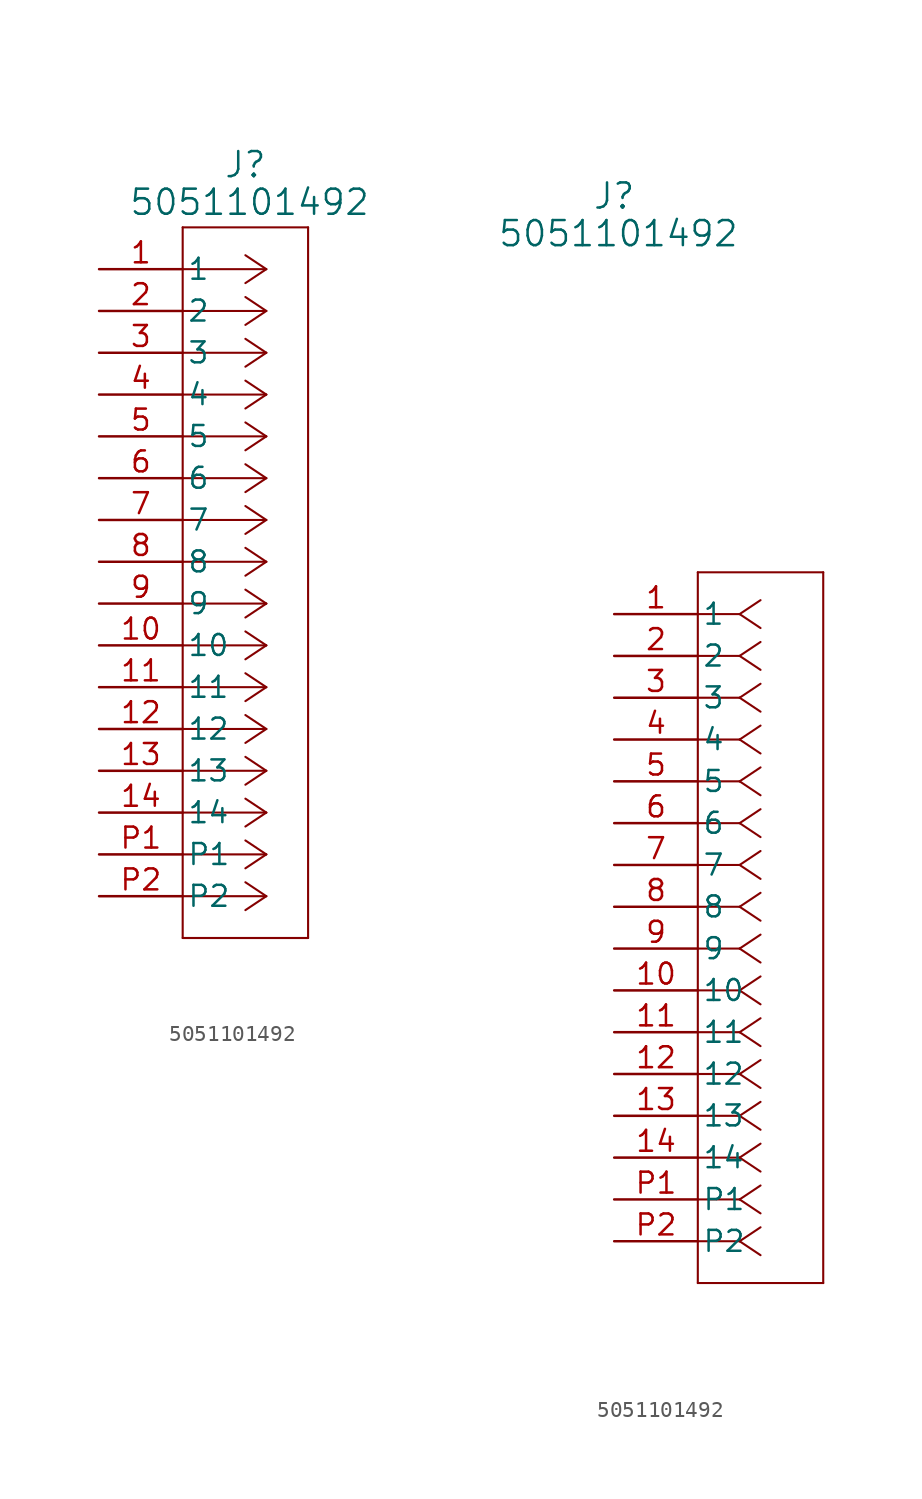
<source format=kicad_sym>
(kicad_symbol_lib
  (version 20241209)
  (generator "kicad_symbol_editor")
  (generator_version "9.0")
  (symbol "5051101492"
    (pin_names
      (offset 0.254))
    (property "Reference" "J"
      (at 0 25.4 0)
      (effects (font (size 1.524 1.524))))
    (property "Value" "5051101492"
      (at 0.254 23.114 0)
      (effects (font (size 1.524 1.524))))
    (symbol "5051101492_1_1"
      (polyline (pts (xy -3.81 21.59) (xy -3.81 -21.59)) (stroke (width 0.127) (type default)) (fill (type none)))
      (polyline (pts (xy -3.81 -21.59) (xy 3.81 -21.59)) (stroke (width 0.127) (type default)) (fill (type none)))
      (polyline (pts (xy 1.27 19.05) (xy -3.81 19.05)) (stroke (width 0.127) (type default)) (fill (type none)))
      (polyline (pts (xy 1.27 19.05) (xy 0 19.897)) (stroke (width 0.127) (type default)) (fill (type none)))
      (polyline (pts (xy 1.27 19.05) (xy 0 18.203)) (stroke (width 0.127) (type default)) (fill (type none)))
      (polyline (pts (xy 1.27 16.51) (xy -3.81 16.51)) (stroke (width 0.127) (type default)) (fill (type none)))
      (polyline (pts (xy 1.27 16.51) (xy 0 17.357)) (stroke (width 0.127) (type default)) (fill (type none)))
      (polyline (pts (xy 1.27 16.51) (xy 0 15.663)) (stroke (width 0.127) (type default)) (fill (type none)))
      (polyline (pts (xy 1.27 13.97) (xy -3.81 13.97)) (stroke (width 0.127) (type default)) (fill (type none)))
      (polyline (pts (xy 1.27 13.97) (xy 0 14.817)) (stroke (width 0.127) (type default)) (fill (type none)))
      (polyline (pts (xy 1.27 13.97) (xy 0 13.123)) (stroke (width 0.127) (type default)) (fill (type none)))
      (polyline (pts (xy 1.27 11.43) (xy -3.81 11.43)) (stroke (width 0.127) (type default)) (fill (type none)))
      (polyline (pts (xy 1.27 11.43) (xy 0 12.277)) (stroke (width 0.127) (type default)) (fill (type none)))
      (polyline (pts (xy 1.27 11.43) (xy 0 10.583)) (stroke (width 0.127) (type default)) (fill (type none)))
      (polyline (pts (xy 1.27 8.89) (xy -3.81 8.89)) (stroke (width 0.127) (type default)) (fill (type none)))
      (polyline (pts (xy 1.27 8.89) (xy 0 9.737)) (stroke (width 0.127) (type default)) (fill (type none)))
      (polyline (pts (xy 1.27 8.89) (xy 0 8.043)) (stroke (width 0.127) (type default)) (fill (type none)))
      (polyline (pts (xy 1.27 6.35) (xy -3.81 6.35)) (stroke (width 0.127) (type default)) (fill (type none)))
      (polyline (pts (xy 1.27 6.35) (xy 0 7.197)) (stroke (width 0.127) (type default)) (fill (type none)))
      (polyline (pts (xy 1.27 6.35) (xy 0 5.503)) (stroke (width 0.127) (type default)) (fill (type none)))
      (polyline (pts (xy 1.27 3.81) (xy -3.81 3.81)) (stroke (width 0.127) (type default)) (fill (type none)))
      (polyline (pts (xy 1.27 3.81) (xy 0 4.657)) (stroke (width 0.127) (type default)) (fill (type none)))
      (polyline (pts (xy 1.27 3.81) (xy 0 2.963)) (stroke (width 0.127) (type default)) (fill (type none)))
      (polyline (pts (xy 1.27 1.27) (xy -3.81 1.27)) (stroke (width 0.127) (type default)) (fill (type none)))
      (polyline (pts (xy 1.27 1.27) (xy 0 2.117)) (stroke (width 0.127) (type default)) (fill (type none)))
      (polyline (pts (xy 1.27 1.27) (xy 0 0.423)) (stroke (width 0.127) (type default)) (fill (type none)))
      (polyline (pts (xy 1.27 -1.27) (xy -3.81 -1.27)) (stroke (width 0.127) (type default)) (fill (type none)))
      (polyline (pts (xy 1.27 -1.27) (xy 0 -0.423)) (stroke (width 0.127) (type default)) (fill (type none)))
      (polyline (pts (xy 1.27 -1.27) (xy 0 -2.117)) (stroke (width 0.127) (type default)) (fill (type none)))
      (polyline (pts (xy 1.27 -3.81) (xy -3.81 -3.81)) (stroke (width 0.127) (type default)) (fill (type none)))
      (polyline (pts (xy 1.27 -3.81) (xy 0 -2.963)) (stroke (width 0.127) (type default)) (fill (type none)))
      (polyline (pts (xy 1.27 -3.81) (xy 0 -4.657)) (stroke (width 0.127) (type default)) (fill (type none)))
      (polyline (pts (xy 1.27 -6.35) (xy -3.81 -6.35)) (stroke (width 0.127) (type default)) (fill (type none)))
      (polyline (pts (xy 1.27 -6.35) (xy 0 -5.503)) (stroke (width 0.127) (type default)) (fill (type none)))
      (polyline (pts (xy 1.27 -6.35) (xy 0 -7.197)) (stroke (width 0.127) (type default)) (fill (type none)))
      (polyline (pts (xy 1.27 -8.89) (xy -3.81 -8.89)) (stroke (width 0.127) (type default)) (fill (type none)))
      (polyline (pts (xy 1.27 -8.89) (xy 0 -8.043)) (stroke (width 0.127) (type default)) (fill (type none)))
      (polyline (pts (xy 1.27 -8.89) (xy 0 -9.737)) (stroke (width 0.127) (type default)) (fill (type none)))
      (polyline (pts (xy 1.27 -11.43) (xy -3.81 -11.43)) (stroke (width 0.127) (type default)) (fill (type none)))
      (polyline (pts (xy 1.27 -11.43) (xy 0 -10.583)) (stroke (width 0.127) (type default)) (fill (type none)))
      (polyline (pts (xy 1.27 -11.43) (xy 0 -12.277)) (stroke (width 0.127) (type default)) (fill (type none)))
      (polyline (pts (xy 1.27 -13.97) (xy -3.81 -13.97)) (stroke (width 0.127) (type default)) (fill (type none)))
      (polyline (pts (xy 1.27 -13.97) (xy 0 -13.123)) (stroke (width 0.127) (type default)) (fill (type none)))
      (polyline (pts (xy 1.27 -13.97) (xy 0 -14.817)) (stroke (width 0.127) (type default)) (fill (type none)))
      (polyline (pts (xy 1.27 -16.51) (xy -3.81 -16.51)) (stroke (width 0.127) (type default)) (fill (type none)))
      (polyline (pts (xy 1.27 -16.51) (xy 0 -15.663)) (stroke (width 0.127) (type default)) (fill (type none)))
      (polyline (pts (xy 1.27 -16.51) (xy 0 -17.357)) (stroke (width 0.127) (type default)) (fill (type none)))
      (polyline (pts (xy 1.27 -19.05) (xy -3.81 -19.05)) (stroke (width 0.127) (type default)) (fill (type none)))
      (polyline (pts (xy 1.27 -19.05) (xy 0 -18.203)) (stroke (width 0.127) (type default)) (fill (type none)))
      (polyline (pts (xy 1.27 -19.05) (xy 0 -19.897)) (stroke (width 0.127) (type default)) (fill (type none)))
      (polyline (pts (xy 3.81 21.59) (xy -3.81 21.59)) (stroke (width 0.127) (type default)) (fill (type none)))
      (polyline (pts (xy 3.81 -21.59) (xy 3.81 21.59)) (stroke (width 0.127) (type default)) (fill (type none)))
      (pin unspecified line (at -8.89 19.05 0) (length 5.08) (name "1" (effects (font (size 1.27 1.27)))) (number "1" (effects (font (size 1.27 1.27)))))
      (pin unspecified line (at -8.89 16.51 0) (length 5.08) (name "2" (effects (font (size 1.27 1.27)))) (number "2" (effects (font (size 1.27 1.27)))))
      (pin unspecified line (at -8.89 13.97 0) (length 5.08) (name "3" (effects (font (size 1.27 1.27)))) (number "3" (effects (font (size 1.27 1.27)))))
      (pin unspecified line (at -8.89 11.43 0) (length 5.08) (name "4" (effects (font (size 1.27 1.27)))) (number "4" (effects (font (size 1.27 1.27)))))
      (pin unspecified line (at -8.89 8.89 0) (length 5.08) (name "5" (effects (font (size 1.27 1.27)))) (number "5" (effects (font (size 1.27 1.27)))))
      (pin unspecified line (at -8.89 6.35 0) (length 5.08) (name "6" (effects (font (size 1.27 1.27)))) (number "6" (effects (font (size 1.27 1.27)))))
      (pin unspecified line (at -8.89 3.81 0) (length 5.08) (name "7" (effects (font (size 1.27 1.27)))) (number "7" (effects (font (size 1.27 1.27)))))
      (pin unspecified line (at -8.89 1.27 0) (length 5.08) (name "8" (effects (font (size 1.27 1.27)))) (number "8" (effects (font (size 1.27 1.27)))))
      (pin unspecified line (at -8.89 -1.27 0) (length 5.08) (name "9" (effects (font (size 1.27 1.27)))) (number "9" (effects (font (size 1.27 1.27)))))
      (pin unspecified line (at -8.89 -3.81 0) (length 5.08) (name "10" (effects (font (size 1.27 1.27)))) (number "10" (effects (font (size 1.27 1.27)))))
      (pin unspecified line (at -8.89 -6.35 0) (length 5.08) (name "11" (effects (font (size 1.27 1.27)))) (number "11" (effects (font (size 1.27 1.27)))))
      (pin unspecified line (at -8.89 -8.89 0) (length 5.08) (name "12" (effects (font (size 1.27 1.27)))) (number "12" (effects (font (size 1.27 1.27)))))
      (pin unspecified line (at -8.89 -11.43 0) (length 5.08) (name "13" (effects (font (size 1.27 1.27)))) (number "13" (effects (font (size 1.27 1.27)))))
      (pin unspecified line (at -8.89 -13.97 0) (length 5.08) (name "14" (effects (font (size 1.27 1.27)))) (number "14" (effects (font (size 1.27 1.27)))))
      (pin unspecified line (at -8.89 -16.51 0) (length 5.08) (name "P1" (effects (font (size 1.27 1.27)))) (number "P1" (effects (font (size 1.27 1.27)))))
      (pin unspecified line (at -8.89 -19.05 0) (length 5.08) (name "P2" (effects (font (size 1.27 1.27)))) (number "P2" (effects (font (size 1.27 1.27))))))
    (symbol "5051101492_1_2"
      (polyline (pts (xy 5.08 2.54) (xy 5.08 -40.64)) (stroke (width 0.127) (type default)) (fill (type none)))
      (polyline (pts (xy 5.08 -40.64) (xy 12.7 -40.64)) (stroke (width 0.127) (type default)) (fill (type none)))
      (polyline (pts (xy 7.62 0) (xy 5.08 0)) (stroke (width 0.127) (type default)) (fill (type none)))
      (polyline (pts (xy 7.62 0) (xy 8.89 0.847)) (stroke (width 0.127) (type default)) (fill (type none)))
      (polyline (pts (xy 7.62 0) (xy 8.89 -0.847)) (stroke (width 0.127) (type default)) (fill (type none)))
      (polyline (pts (xy 7.62 -2.54) (xy 5.08 -2.54)) (stroke (width 0.127) (type default)) (fill (type none)))
      (polyline (pts (xy 7.62 -2.54) (xy 8.89 -1.693)) (stroke (width 0.127) (type default)) (fill (type none)))
      (polyline (pts (xy 7.62 -2.54) (xy 8.89 -3.387)) (stroke (width 0.127) (type default)) (fill (type none)))
      (polyline (pts (xy 7.62 -5.08) (xy 5.08 -5.08)) (stroke (width 0.127) (type default)) (fill (type none)))
      (polyline (pts (xy 7.62 -5.08) (xy 8.89 -4.233)) (stroke (width 0.127) (type default)) (fill (type none)))
      (polyline (pts (xy 7.62 -5.08) (xy 8.89 -5.927)) (stroke (width 0.127) (type default)) (fill (type none)))
      (polyline (pts (xy 7.62 -7.62) (xy 5.08 -7.62)) (stroke (width 0.127) (type default)) (fill (type none)))
      (polyline (pts (xy 7.62 -7.62) (xy 8.89 -6.773)) (stroke (width 0.127) (type default)) (fill (type none)))
      (polyline (pts (xy 7.62 -7.62) (xy 8.89 -8.467)) (stroke (width 0.127) (type default)) (fill (type none)))
      (polyline (pts (xy 7.62 -10.16) (xy 5.08 -10.16)) (stroke (width 0.127) (type default)) (fill (type none)))
      (polyline (pts (xy 7.62 -10.16) (xy 8.89 -9.313)) (stroke (width 0.127) (type default)) (fill (type none)))
      (polyline (pts (xy 7.62 -10.16) (xy 8.89 -11.007)) (stroke (width 0.127) (type default)) (fill (type none)))
      (polyline (pts (xy 7.62 -12.7) (xy 5.08 -12.7)) (stroke (width 0.127) (type default)) (fill (type none)))
      (polyline (pts (xy 7.62 -12.7) (xy 8.89 -11.853)) (stroke (width 0.127) (type default)) (fill (type none)))
      (polyline (pts (xy 7.62 -12.7) (xy 8.89 -13.547)) (stroke (width 0.127) (type default)) (fill (type none)))
      (polyline (pts (xy 7.62 -15.24) (xy 5.08 -15.24)) (stroke (width 0.127) (type default)) (fill (type none)))
      (polyline (pts (xy 7.62 -15.24) (xy 8.89 -14.393)) (stroke (width 0.127) (type default)) (fill (type none)))
      (polyline (pts (xy 7.62 -15.24) (xy 8.89 -16.087)) (stroke (width 0.127) (type default)) (fill (type none)))
      (polyline (pts (xy 7.62 -17.78) (xy 5.08 -17.78)) (stroke (width 0.127) (type default)) (fill (type none)))
      (polyline (pts (xy 7.62 -17.78) (xy 8.89 -16.933)) (stroke (width 0.127) (type default)) (fill (type none)))
      (polyline (pts (xy 7.62 -17.78) (xy 8.89 -18.627)) (stroke (width 0.127) (type default)) (fill (type none)))
      (polyline (pts (xy 7.62 -20.32) (xy 5.08 -20.32)) (stroke (width 0.127) (type default)) (fill (type none)))
      (polyline (pts (xy 7.62 -20.32) (xy 8.89 -19.473)) (stroke (width 0.127) (type default)) (fill (type none)))
      (polyline (pts (xy 7.62 -20.32) (xy 8.89 -21.167)) (stroke (width 0.127) (type default)) (fill (type none)))
      (polyline (pts (xy 7.62 -22.86) (xy 5.08 -22.86)) (stroke (width 0.127) (type default)) (fill (type none)))
      (polyline (pts (xy 7.62 -22.86) (xy 8.89 -22.013)) (stroke (width 0.127) (type default)) (fill (type none)))
      (polyline (pts (xy 7.62 -22.86) (xy 8.89 -23.707)) (stroke (width 0.127) (type default)) (fill (type none)))
      (polyline (pts (xy 7.62 -25.4) (xy 5.08 -25.4)) (stroke (width 0.127) (type default)) (fill (type none)))
      (polyline (pts (xy 7.62 -25.4) (xy 8.89 -24.553)) (stroke (width 0.127) (type default)) (fill (type none)))
      (polyline (pts (xy 7.62 -25.4) (xy 8.89 -26.247)) (stroke (width 0.127) (type default)) (fill (type none)))
      (polyline (pts (xy 7.62 -27.94) (xy 5.08 -27.94)) (stroke (width 0.127) (type default)) (fill (type none)))
      (polyline (pts (xy 7.62 -27.94) (xy 8.89 -27.093)) (stroke (width 0.127) (type default)) (fill (type none)))
      (polyline (pts (xy 7.62 -27.94) (xy 8.89 -28.787)) (stroke (width 0.127) (type default)) (fill (type none)))
      (polyline (pts (xy 7.62 -30.48) (xy 5.08 -30.48)) (stroke (width 0.127) (type default)) (fill (type none)))
      (polyline (pts (xy 7.62 -30.48) (xy 8.89 -29.633)) (stroke (width 0.127) (type default)) (fill (type none)))
      (polyline (pts (xy 7.62 -30.48) (xy 8.89 -31.327)) (stroke (width 0.127) (type default)) (fill (type none)))
      (polyline (pts (xy 7.62 -33.02) (xy 5.08 -33.02)) (stroke (width 0.127) (type default)) (fill (type none)))
      (polyline (pts (xy 7.62 -33.02) (xy 8.89 -32.173)) (stroke (width 0.127) (type default)) (fill (type none)))
      (polyline (pts (xy 7.62 -33.02) (xy 8.89 -33.867)) (stroke (width 0.127) (type default)) (fill (type none)))
      (polyline (pts (xy 7.62 -35.56) (xy 5.08 -35.56)) (stroke (width 0.127) (type default)) (fill (type none)))
      (polyline (pts (xy 7.62 -35.56) (xy 8.89 -34.713)) (stroke (width 0.127) (type default)) (fill (type none)))
      (polyline (pts (xy 7.62 -35.56) (xy 8.89 -36.407)) (stroke (width 0.127) (type default)) (fill (type none)))
      (polyline (pts (xy 7.62 -38.1) (xy 5.08 -38.1)) (stroke (width 0.127) (type default)) (fill (type none)))
      (polyline (pts (xy 7.62 -38.1) (xy 8.89 -37.253)) (stroke (width 0.127) (type default)) (fill (type none)))
      (polyline (pts (xy 7.62 -38.1) (xy 8.89 -38.947)) (stroke (width 0.127) (type default)) (fill (type none)))
      (polyline (pts (xy 12.7 2.54) (xy 5.08 2.54)) (stroke (width 0.127) (type default)) (fill (type none)))
      (polyline (pts (xy 12.7 -40.64) (xy 12.7 2.54)) (stroke (width 0.127) (type default)) (fill (type none)))
      (pin unspecified line (at 0 0 0) (length 5.08) (name "1" (effects (font (size 1.27 1.27)))) (number "1" (effects (font (size 1.27 1.27)))))
      (pin unspecified line (at 0 -2.54 0) (length 5.08) (name "2" (effects (font (size 1.27 1.27)))) (number "2" (effects (font (size 1.27 1.27)))))
      (pin unspecified line (at 0 -5.08 0) (length 5.08) (name "3" (effects (font (size 1.27 1.27)))) (number "3" (effects (font (size 1.27 1.27)))))
      (pin unspecified line (at 0 -7.62 0) (length 5.08) (name "4" (effects (font (size 1.27 1.27)))) (number "4" (effects (font (size 1.27 1.27)))))
      (pin unspecified line (at 0 -10.16 0) (length 5.08) (name "5" (effects (font (size 1.27 1.27)))) (number "5" (effects (font (size 1.27 1.27)))))
      (pin unspecified line (at 0 -12.7 0) (length 5.08) (name "6" (effects (font (size 1.27 1.27)))) (number "6" (effects (font (size 1.27 1.27)))))
      (pin unspecified line (at 0 -15.24 0) (length 5.08) (name "7" (effects (font (size 1.27 1.27)))) (number "7" (effects (font (size 1.27 1.27)))))
      (pin unspecified line (at 0 -17.78 0) (length 5.08) (name "8" (effects (font (size 1.27 1.27)))) (number "8" (effects (font (size 1.27 1.27)))))
      (pin unspecified line (at 0 -20.32 0) (length 5.08) (name "9" (effects (font (size 1.27 1.27)))) (number "9" (effects (font (size 1.27 1.27)))))
      (pin unspecified line (at 0 -22.86 0) (length 5.08) (name "10" (effects (font (size 1.27 1.27)))) (number "10" (effects (font (size 1.27 1.27)))))
      (pin unspecified line (at 0 -25.4 0) (length 5.08) (name "11" (effects (font (size 1.27 1.27)))) (number "11" (effects (font (size 1.27 1.27)))))
      (pin unspecified line (at 0 -27.94 0) (length 5.08) (name "12" (effects (font (size 1.27 1.27)))) (number "12" (effects (font (size 1.27 1.27)))))
      (pin unspecified line (at 0 -30.48 0) (length 5.08) (name "13" (effects (font (size 1.27 1.27)))) (number "13" (effects (font (size 1.27 1.27)))))
      (pin unspecified line (at 0 -33.02 0) (length 5.08) (name "14" (effects (font (size 1.27 1.27)))) (number "14" (effects (font (size 1.27 1.27)))))
      (pin unspecified line (at 0 -35.56 0) (length 5.08) (name "P1" (effects (font (size 1.27 1.27)))) (number "P1" (effects (font (size 1.27 1.27)))))
      (pin unspecified line (at 0 -38.1 0) (length 5.08) (name "P2" (effects (font (size 1.27 1.27)))) (number "P2" (effects (font (size 1.27 1.27))))))))
</source>
